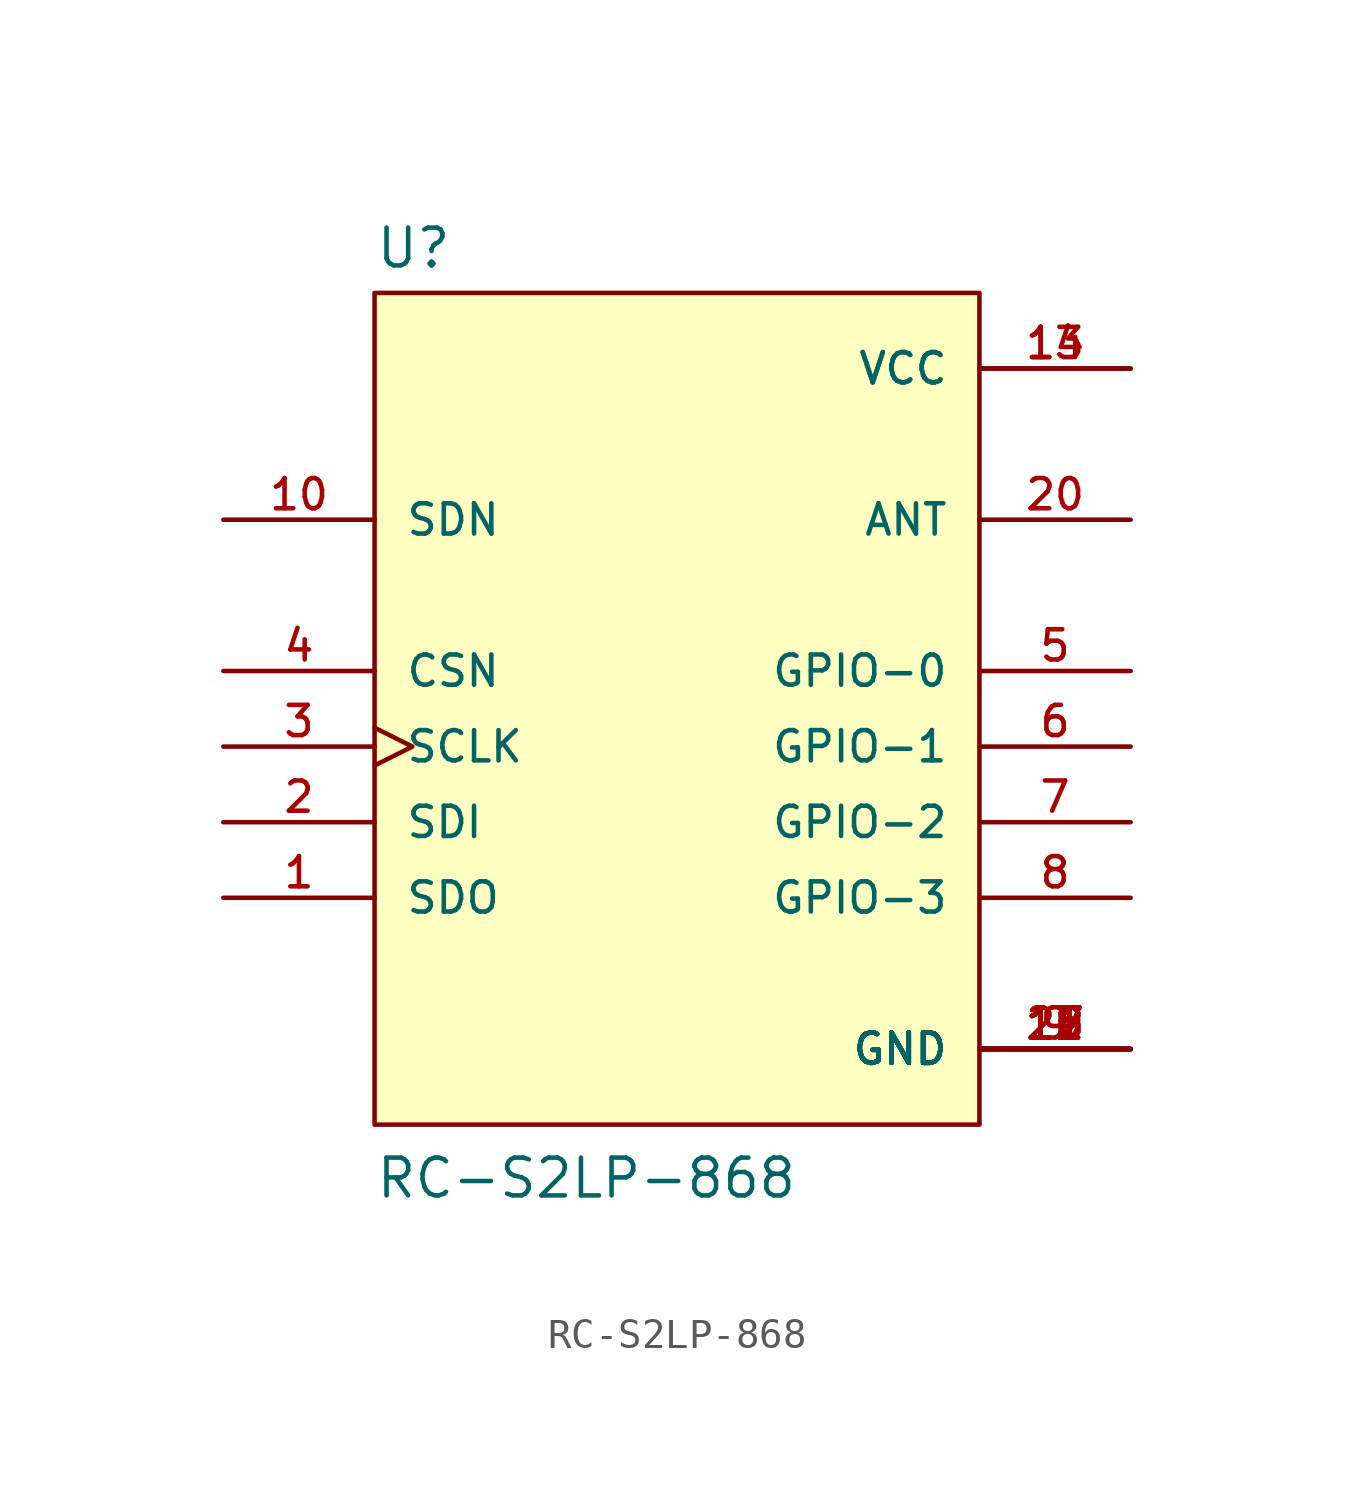
<source format=kicad_sym>
(kicad_symbol_lib
  (version 20211014)
  (generator kicad_symbol_editor)
  (symbol "RC-S2LP-868"
    (pin_names
      (offset 1.016))
    (property "Reference" "U"
      (at -10.16 16.002 0)
      (effects (font (size 1.27 1.27)) (justify bottom left)))
    (property "Value" "RC-S2LP-868"
      (at -10.16 -15.24 0)
      (effects (font (size 1.27 1.27)) (justify bottom left)))
    (symbol "RC-S2LP-868_0_0"
      (rectangle (start -10.16 -12.7) (end 10.16 15.24) (stroke (width 0.152)) (fill (type background)))
      (pin output line (at -15.24 -5.08 0) (length 5.08) (name "SDO" (effects (font (size 1.016 1.016)))) (number "1" (effects (font (size 1.016 1.016)))))
      (pin input line (at -15.24 -2.54 0) (length 5.08) (name "SDI" (effects (font (size 1.016 1.016)))) (number "2" (effects (font (size 1.016 1.016)))))
      (pin input clock (at -15.24 0.0 0) (length 5.08) (name "SCLK" (effects (font (size 1.016 1.016)))) (number "3" (effects (font (size 1.016 1.016)))))
      (pin input line (at -15.24 2.54 0) (length 5.08) (name "CSN" (effects (font (size 1.016 1.016)))) (number "4" (effects (font (size 1.016 1.016)))))
      (pin bidirectional line (at 15.24 0.0 180.0) (length 5.08) (name "GPIO-1" (effects (font (size 1.016 1.016)))) (number "6" (effects (font (size 1.016 1.016)))))
      (pin bidirectional line (at 15.24 2.54 180.0) (length 5.08) (name "GPIO-0" (effects (font (size 1.016 1.016)))) (number "5" (effects (font (size 1.016 1.016)))))
      (pin bidirectional line (at 15.24 -2.54 180.0) (length 5.08) (name "GPIO-2" (effects (font (size 1.016 1.016)))) (number "7" (effects (font (size 1.016 1.016)))))
      (pin bidirectional line (at 15.24 -5.08 180.0) (length 5.08) (name "GPIO-3" (effects (font (size 1.016 1.016)))) (number "8" (effects (font (size 1.016 1.016)))))
      (pin power_in line (at 15.24 -10.16 180.0) (length 5.08) (name "GND" (effects (font (size 1.016 1.016)))) (number "9" (effects (font (size 1.016 1.016)))))
      (pin power_in line (at 15.24 -10.16 180.0) (length 5.08) (name "GND" (effects (font (size 1.016 1.016)))) (number "11" (effects (font (size 1.016 1.016)))))
      (pin power_in line (at 15.24 -10.16 180.0) (length 5.08) (name "GND" (effects (font (size 1.016 1.016)))) (number "12" (effects (font (size 1.016 1.016)))))
      (pin power_in line (at 15.24 -10.16 180.0) (length 5.08) (name "GND" (effects (font (size 1.016 1.016)))) (number "15" (effects (font (size 1.016 1.016)))))
      (pin power_in line (at 15.24 -10.16 180.0) (length 5.08) (name "GND" (effects (font (size 1.016 1.016)))) (number "16" (effects (font (size 1.016 1.016)))))
      (pin power_in line (at 15.24 -10.16 180.0) (length 5.08) (name "GND" (effects (font (size 1.016 1.016)))) (number "17" (effects (font (size 1.016 1.016)))))
      (pin power_in line (at 15.24 -10.16 180.0) (length 5.08) (name "GND" (effects (font (size 1.016 1.016)))) (number "18" (effects (font (size 1.016 1.016)))))
      (pin power_in line (at 15.24 -10.16 180.0) (length 5.08) (name "GND" (effects (font (size 1.016 1.016)))) (number "19" (effects (font (size 1.016 1.016)))))
      (pin power_in line (at 15.24 -10.16 180.0) (length 5.08) (name "GND" (effects (font (size 1.016 1.016)))) (number "21" (effects (font (size 1.016 1.016)))))
      (pin input line (at -15.24 7.62 0) (length 5.08) (name "SDN" (effects (font (size 1.016 1.016)))) (number "10" (effects (font (size 1.016 1.016)))))
      (pin power_in line (at 15.24 12.7 180.0) (length 5.08) (name "VCC" (effects (font (size 1.016 1.016)))) (number "13" (effects (font (size 1.016 1.016)))))
      (pin power_in line (at 15.24 12.7 180.0) (length 5.08) (name "VCC" (effects (font (size 1.016 1.016)))) (number "14" (effects (font (size 1.016 1.016)))))
      (pin bidirectional line (at 15.24 7.62 180.0) (length 5.08) (name "ANT" (effects (font (size 1.016 1.016)))) (number "20" (effects (font (size 1.016 1.016))))))))
</source>
